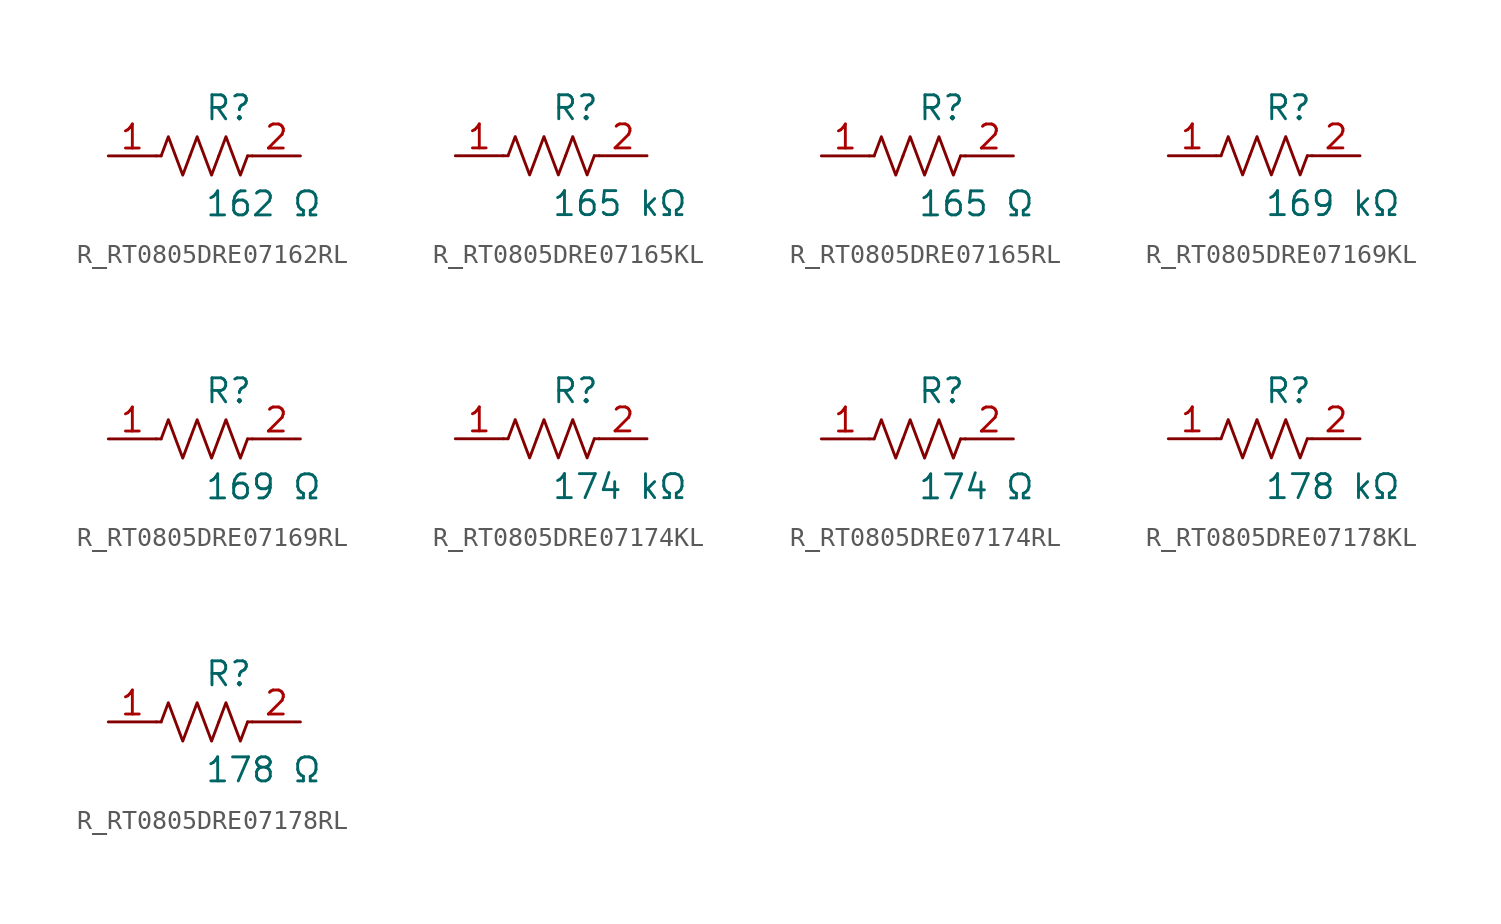
<source format=kicad_sym>
(kicad_symbol_lib
  (version 20231120)
  (generator kicad_symbol_editor)
  (generator_version 8.0)
  (symbol "R_RT0805DRE07162RL"
    (pin_names
      (offset 0.254))
    (property "Reference" "R"
      (at 0 2.54 0)
      (effects (font (size 1.27 1.27)) (justify left)))
    (property "Value" "162 Ω"
      (at 0 -2.54 0)
      (effects (font (size 1.27 1.27)) (justify left)))
    (symbol "R_RT0805DRE07162RL_0_1"
      (polyline (pts (xy 2.286 0) (xy 2.54 0)) (stroke (width 0) (type default)) (fill (type none)))
      (polyline (pts (xy -2.286 0) (xy -2.54 0)) (stroke (width 0) (type default)) (fill (type none)))
      (polyline (pts (xy 0.762 0) (xy 1.143 1.016) (xy 1.524 0) (xy 1.905 -1.016) (xy 2.286 0)) (stroke (width 0) (type default)) (fill (type none)))
      (polyline (pts (xy -0.762 0) (xy -0.381 1.016) (xy 0 0) (xy 0.381 -1.016) (xy 0.762 0)) (stroke (width 0) (type default)) (fill (type none)))
      (polyline (pts (xy -2.286 0) (xy -1.905 1.016) (xy -1.524 0) (xy -1.143 -1.016) (xy -0.762 0)) (stroke (width 0) (type default)) (fill (type none))))
    (pin passive line
      (at -5.08 0 0)
      (length 2.54)
      (name "" (effects (font (size 1.27 1.27))))
      (number "1" (effects (font (size 1.27 1.27)))))
    (pin passive line
      (at 5.08 0 180)
      (length 2.54)
      (name "" (effects (font (size 1.27 1.27))))
      (number "2" (effects (font (size 1.27 1.27))))))
  (symbol "R_RT0805DRE07165KL"
    (pin_names
      (offset 0.254))
    (property "Reference" "R"
      (at 0 2.54 0)
      (effects (font (size 1.27 1.27)) (justify left)))
    (property "Value" "165 kΩ"
      (at 0 -2.54 0)
      (effects (font (size 1.27 1.27)) (justify left)))
    (symbol "R_RT0805DRE07165KL_0_1"
      (polyline (pts (xy 2.286 0) (xy 2.54 0)) (stroke (width 0) (type default)) (fill (type none)))
      (polyline (pts (xy -2.286 0) (xy -2.54 0)) (stroke (width 0) (type default)) (fill (type none)))
      (polyline (pts (xy 0.762 0) (xy 1.143 1.016) (xy 1.524 0) (xy 1.905 -1.016) (xy 2.286 0)) (stroke (width 0) (type default)) (fill (type none)))
      (polyline (pts (xy -0.762 0) (xy -0.381 1.016) (xy 0 0) (xy 0.381 -1.016) (xy 0.762 0)) (stroke (width 0) (type default)) (fill (type none)))
      (polyline (pts (xy -2.286 0) (xy -1.905 1.016) (xy -1.524 0) (xy -1.143 -1.016) (xy -0.762 0)) (stroke (width 0) (type default)) (fill (type none))))
    (pin passive line
      (at -5.08 0 0)
      (length 2.54)
      (name "" (effects (font (size 1.27 1.27))))
      (number "1" (effects (font (size 1.27 1.27)))))
    (pin passive line
      (at 5.08 0 180)
      (length 2.54)
      (name "" (effects (font (size 1.27 1.27))))
      (number "2" (effects (font (size 1.27 1.27))))))
  (symbol "R_RT0805DRE07165RL"
    (pin_names
      (offset 0.254))
    (property "Reference" "R"
      (at 0 2.54 0)
      (effects (font (size 1.27 1.27)) (justify left)))
    (property "Value" "165 Ω"
      (at 0 -2.54 0)
      (effects (font (size 1.27 1.27)) (justify left)))
    (symbol "R_RT0805DRE07165RL_0_1"
      (polyline (pts (xy 2.286 0) (xy 2.54 0)) (stroke (width 0) (type default)) (fill (type none)))
      (polyline (pts (xy -2.286 0) (xy -2.54 0)) (stroke (width 0) (type default)) (fill (type none)))
      (polyline (pts (xy 0.762 0) (xy 1.143 1.016) (xy 1.524 0) (xy 1.905 -1.016) (xy 2.286 0)) (stroke (width 0) (type default)) (fill (type none)))
      (polyline (pts (xy -0.762 0) (xy -0.381 1.016) (xy 0 0) (xy 0.381 -1.016) (xy 0.762 0)) (stroke (width 0) (type default)) (fill (type none)))
      (polyline (pts (xy -2.286 0) (xy -1.905 1.016) (xy -1.524 0) (xy -1.143 -1.016) (xy -0.762 0)) (stroke (width 0) (type default)) (fill (type none))))
    (pin passive line
      (at -5.08 0 0)
      (length 2.54)
      (name "" (effects (font (size 1.27 1.27))))
      (number "1" (effects (font (size 1.27 1.27)))))
    (pin passive line
      (at 5.08 0 180)
      (length 2.54)
      (name "" (effects (font (size 1.27 1.27))))
      (number "2" (effects (font (size 1.27 1.27))))))
  (symbol "R_RT0805DRE07169KL"
    (pin_names
      (offset 0.254))
    (property "Reference" "R"
      (at 0 2.54 0)
      (effects (font (size 1.27 1.27)) (justify left)))
    (property "Value" "169 kΩ"
      (at 0 -2.54 0)
      (effects (font (size 1.27 1.27)) (justify left)))
    (symbol "R_RT0805DRE07169KL_0_1"
      (polyline (pts (xy 2.286 0) (xy 2.54 0)) (stroke (width 0) (type default)) (fill (type none)))
      (polyline (pts (xy -2.286 0) (xy -2.54 0)) (stroke (width 0) (type default)) (fill (type none)))
      (polyline (pts (xy 0.762 0) (xy 1.143 1.016) (xy 1.524 0) (xy 1.905 -1.016) (xy 2.286 0)) (stroke (width 0) (type default)) (fill (type none)))
      (polyline (pts (xy -0.762 0) (xy -0.381 1.016) (xy 0 0) (xy 0.381 -1.016) (xy 0.762 0)) (stroke (width 0) (type default)) (fill (type none)))
      (polyline (pts (xy -2.286 0) (xy -1.905 1.016) (xy -1.524 0) (xy -1.143 -1.016) (xy -0.762 0)) (stroke (width 0) (type default)) (fill (type none))))
    (pin passive line
      (at -5.08 0 0)
      (length 2.54)
      (name "" (effects (font (size 1.27 1.27))))
      (number "1" (effects (font (size 1.27 1.27)))))
    (pin passive line
      (at 5.08 0 180)
      (length 2.54)
      (name "" (effects (font (size 1.27 1.27))))
      (number "2" (effects (font (size 1.27 1.27))))))
  (symbol "R_RT0805DRE07169RL"
    (pin_names
      (offset 0.254))
    (property "Reference" "R"
      (at 0 2.54 0)
      (effects (font (size 1.27 1.27)) (justify left)))
    (property "Value" "169 Ω"
      (at 0 -2.54 0)
      (effects (font (size 1.27 1.27)) (justify left)))
    (symbol "R_RT0805DRE07169RL_0_1"
      (polyline (pts (xy 2.286 0) (xy 2.54 0)) (stroke (width 0) (type default)) (fill (type none)))
      (polyline (pts (xy -2.286 0) (xy -2.54 0)) (stroke (width 0) (type default)) (fill (type none)))
      (polyline (pts (xy 0.762 0) (xy 1.143 1.016) (xy 1.524 0) (xy 1.905 -1.016) (xy 2.286 0)) (stroke (width 0) (type default)) (fill (type none)))
      (polyline (pts (xy -0.762 0) (xy -0.381 1.016) (xy 0 0) (xy 0.381 -1.016) (xy 0.762 0)) (stroke (width 0) (type default)) (fill (type none)))
      (polyline (pts (xy -2.286 0) (xy -1.905 1.016) (xy -1.524 0) (xy -1.143 -1.016) (xy -0.762 0)) (stroke (width 0) (type default)) (fill (type none))))
    (pin passive line
      (at -5.08 0 0)
      (length 2.54)
      (name "" (effects (font (size 1.27 1.27))))
      (number "1" (effects (font (size 1.27 1.27)))))
    (pin passive line
      (at 5.08 0 180)
      (length 2.54)
      (name "" (effects (font (size 1.27 1.27))))
      (number "2" (effects (font (size 1.27 1.27))))))
  (symbol "R_RT0805DRE07174KL"
    (pin_names
      (offset 0.254))
    (property "Reference" "R"
      (at 0 2.54 0)
      (effects (font (size 1.27 1.27)) (justify left)))
    (property "Value" "174 kΩ"
      (at 0 -2.54 0)
      (effects (font (size 1.27 1.27)) (justify left)))
    (symbol "R_RT0805DRE07174KL_0_1"
      (polyline (pts (xy 2.286 0) (xy 2.54 0)) (stroke (width 0) (type default)) (fill (type none)))
      (polyline (pts (xy -2.286 0) (xy -2.54 0)) (stroke (width 0) (type default)) (fill (type none)))
      (polyline (pts (xy 0.762 0) (xy 1.143 1.016) (xy 1.524 0) (xy 1.905 -1.016) (xy 2.286 0)) (stroke (width 0) (type default)) (fill (type none)))
      (polyline (pts (xy -0.762 0) (xy -0.381 1.016) (xy 0 0) (xy 0.381 -1.016) (xy 0.762 0)) (stroke (width 0) (type default)) (fill (type none)))
      (polyline (pts (xy -2.286 0) (xy -1.905 1.016) (xy -1.524 0) (xy -1.143 -1.016) (xy -0.762 0)) (stroke (width 0) (type default)) (fill (type none))))
    (pin passive line
      (at -5.08 0 0)
      (length 2.54)
      (name "" (effects (font (size 1.27 1.27))))
      (number "1" (effects (font (size 1.27 1.27)))))
    (pin passive line
      (at 5.08 0 180)
      (length 2.54)
      (name "" (effects (font (size 1.27 1.27))))
      (number "2" (effects (font (size 1.27 1.27))))))
  (symbol "R_RT0805DRE07174RL"
    (pin_names
      (offset 0.254))
    (property "Reference" "R"
      (at 0 2.54 0)
      (effects (font (size 1.27 1.27)) (justify left)))
    (property "Value" "174 Ω"
      (at 0 -2.54 0)
      (effects (font (size 1.27 1.27)) (justify left)))
    (symbol "R_RT0805DRE07174RL_0_1"
      (polyline (pts (xy 2.286 0) (xy 2.54 0)) (stroke (width 0) (type default)) (fill (type none)))
      (polyline (pts (xy -2.286 0) (xy -2.54 0)) (stroke (width 0) (type default)) (fill (type none)))
      (polyline (pts (xy 0.762 0) (xy 1.143 1.016) (xy 1.524 0) (xy 1.905 -1.016) (xy 2.286 0)) (stroke (width 0) (type default)) (fill (type none)))
      (polyline (pts (xy -0.762 0) (xy -0.381 1.016) (xy 0 0) (xy 0.381 -1.016) (xy 0.762 0)) (stroke (width 0) (type default)) (fill (type none)))
      (polyline (pts (xy -2.286 0) (xy -1.905 1.016) (xy -1.524 0) (xy -1.143 -1.016) (xy -0.762 0)) (stroke (width 0) (type default)) (fill (type none))))
    (pin passive line
      (at -5.08 0 0)
      (length 2.54)
      (name "" (effects (font (size 1.27 1.27))))
      (number "1" (effects (font (size 1.27 1.27)))))
    (pin passive line
      (at 5.08 0 180)
      (length 2.54)
      (name "" (effects (font (size 1.27 1.27))))
      (number "2" (effects (font (size 1.27 1.27))))))
  (symbol "R_RT0805DRE07178KL"
    (pin_names
      (offset 0.254))
    (property "Reference" "R"
      (at 0 2.54 0)
      (effects (font (size 1.27 1.27)) (justify left)))
    (property "Value" "178 kΩ"
      (at 0 -2.54 0)
      (effects (font (size 1.27 1.27)) (justify left)))
    (symbol "R_RT0805DRE07178KL_0_1"
      (polyline (pts (xy 2.286 0) (xy 2.54 0)) (stroke (width 0) (type default)) (fill (type none)))
      (polyline (pts (xy -2.286 0) (xy -2.54 0)) (stroke (width 0) (type default)) (fill (type none)))
      (polyline (pts (xy 0.762 0) (xy 1.143 1.016) (xy 1.524 0) (xy 1.905 -1.016) (xy 2.286 0)) (stroke (width 0) (type default)) (fill (type none)))
      (polyline (pts (xy -0.762 0) (xy -0.381 1.016) (xy 0 0) (xy 0.381 -1.016) (xy 0.762 0)) (stroke (width 0) (type default)) (fill (type none)))
      (polyline (pts (xy -2.286 0) (xy -1.905 1.016) (xy -1.524 0) (xy -1.143 -1.016) (xy -0.762 0)) (stroke (width 0) (type default)) (fill (type none))))
    (pin passive line
      (at -5.08 0 0)
      (length 2.54)
      (name "" (effects (font (size 1.27 1.27))))
      (number "1" (effects (font (size 1.27 1.27)))))
    (pin passive line
      (at 5.08 0 180)
      (length 2.54)
      (name "" (effects (font (size 1.27 1.27))))
      (number "2" (effects (font (size 1.27 1.27))))))
  (symbol "R_RT0805DRE07178RL"
    (pin_names
      (offset 0.254))
    (property "Reference" "R"
      (at 0 2.54 0)
      (effects (font (size 1.27 1.27)) (justify left)))
    (property "Value" "178 Ω"
      (at 0 -2.54 0)
      (effects (font (size 1.27 1.27)) (justify left)))
    (symbol "R_RT0805DRE07178RL_0_1"
      (polyline (pts (xy 2.286 0) (xy 2.54 0)) (stroke (width 0) (type default)) (fill (type none)))
      (polyline (pts (xy -2.286 0) (xy -2.54 0)) (stroke (width 0) (type default)) (fill (type none)))
      (polyline (pts (xy 0.762 0) (xy 1.143 1.016) (xy 1.524 0) (xy 1.905 -1.016) (xy 2.286 0)) (stroke (width 0) (type default)) (fill (type none)))
      (polyline (pts (xy -0.762 0) (xy -0.381 1.016) (xy 0 0) (xy 0.381 -1.016) (xy 0.762 0)) (stroke (width 0) (type default)) (fill (type none)))
      (polyline (pts (xy -2.286 0) (xy -1.905 1.016) (xy -1.524 0) (xy -1.143 -1.016) (xy -0.762 0)) (stroke (width 0) (type default)) (fill (type none))))
    (pin passive line
      (at -5.08 0 0)
      (length 2.54)
      (name "" (effects (font (size 1.27 1.27))))
      (number "1" (effects (font (size 1.27 1.27)))))
    (pin passive line
      (at 5.08 0 180)
      (length 2.54)
      (name "" (effects (font (size 1.27 1.27))))
      (number "2" (effects (font (size 1.27 1.27)))))))
</source>
